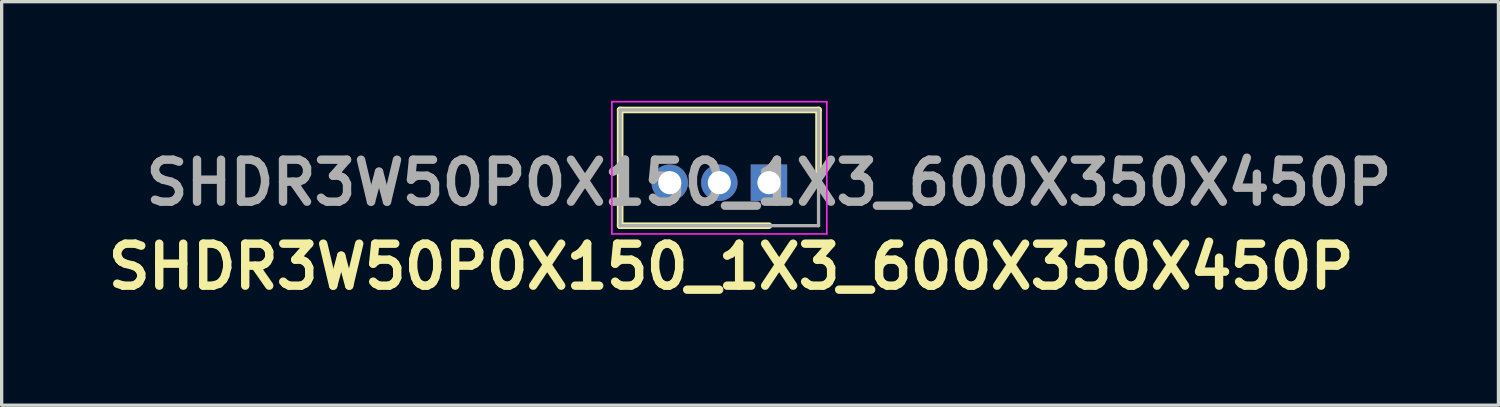
<source format=kicad_pcb>
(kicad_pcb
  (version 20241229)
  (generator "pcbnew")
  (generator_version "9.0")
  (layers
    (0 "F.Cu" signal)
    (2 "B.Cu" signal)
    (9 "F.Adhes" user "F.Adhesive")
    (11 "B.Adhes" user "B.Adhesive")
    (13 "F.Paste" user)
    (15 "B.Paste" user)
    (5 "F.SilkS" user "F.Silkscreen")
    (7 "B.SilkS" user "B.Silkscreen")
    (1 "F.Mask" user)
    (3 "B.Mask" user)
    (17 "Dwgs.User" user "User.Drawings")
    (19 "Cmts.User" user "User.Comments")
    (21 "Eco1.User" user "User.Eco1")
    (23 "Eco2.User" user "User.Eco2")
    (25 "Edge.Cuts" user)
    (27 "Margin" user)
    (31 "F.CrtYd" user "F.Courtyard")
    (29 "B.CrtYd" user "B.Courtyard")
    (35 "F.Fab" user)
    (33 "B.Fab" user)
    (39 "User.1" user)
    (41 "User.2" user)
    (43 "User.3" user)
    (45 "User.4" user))
  (footprint "SHDR3W50P0X150_1X3_600X350X450P"
    (layer "F.Cu")
    (at 20.205 2.475)
    (property "Reference" "SHDR3W50P0X150_1X3_600X350X450P" (at -1.143 2.54 0) (layer "F.SilkS") (effects (font (size 1.27 1.27) (thickness 0.254))))
    (attr through_hole)
    (fp_line (start -4.5 -2.2) (end 1.5 -2.2) (stroke (width 0.2) (type solid)) (layer "F.SilkS"))
    (fp_line (start -4.5 1.3) (end -4.5 -2.2) (stroke (width 0.2) (type solid)) (layer "F.SilkS"))
    (fp_line (start 0 1.3) (end -4.5 1.3) (stroke (width 0.2) (type solid)) (layer "F.SilkS"))
    (fp_line (start 1.5 -2.2) (end 1.5 0) (stroke (width 0.2) (type solid)) (layer "F.SilkS"))
    (fp_line (start -4.75 -2.45) (end 1.75 -2.45) (stroke (width 0.05) (type solid)) (layer "F.CrtYd"))
    (fp_line (start -4.75 1.55) (end -4.75 -2.45) (stroke (width 0.05) (type solid)) (layer "F.CrtYd"))
    (fp_line (start 1.75 -2.45) (end 1.75 1.55) (stroke (width 0.05) (type solid)) (layer "F.CrtYd"))
    (fp_line (start 1.75 1.55) (end -4.75 1.55) (stroke (width 0.05) (type solid)) (layer "F.CrtYd"))
    (fp_line (start -4.5 -2.2) (end 1.5 -2.2) (stroke (width 0.1) (type solid)) (layer "F.Fab"))
    (fp_line (start -4.5 1.3) (end -4.5 -2.2) (stroke (width 0.1) (type solid)) (layer "F.Fab"))
    (fp_line (start 1.5 -2.2) (end 1.5 1.3) (stroke (width 0.1) (type solid)) (layer "F.Fab"))
    (fp_line (start 1.5 1.3) (end -4.5 1.3) (stroke (width 0.1) (type solid)) (layer "F.Fab"))
    (fp_text user "${REFERENCE}" (at 0 0 0) (layer "F.Fab") (effects (font (size 1.27 1.27) (thickness 0.254))))
    (pad "1" thru_hole rect (at 0 0) (size 1.1 1.1) (drill 0.7) (layers "*.Cu" "*.Mask"))
    (pad "2" thru_hole circle (at -1.5 0) (size 1.1 1.1) (drill 0.7) (layers "*.Cu" "*.Mask"))
    (pad "3" thru_hole circle (at -3 0) (size 1.1 1.1) (drill 0.7) (layers "*.Cu" "*.Mask")))
  (gr_rect
    (start -3 -3)
    (end 42.267 9.204)
    (stroke (width 0.1) (type default))
    (fill no)
    (layer "Edge.Cuts")))
</source>
